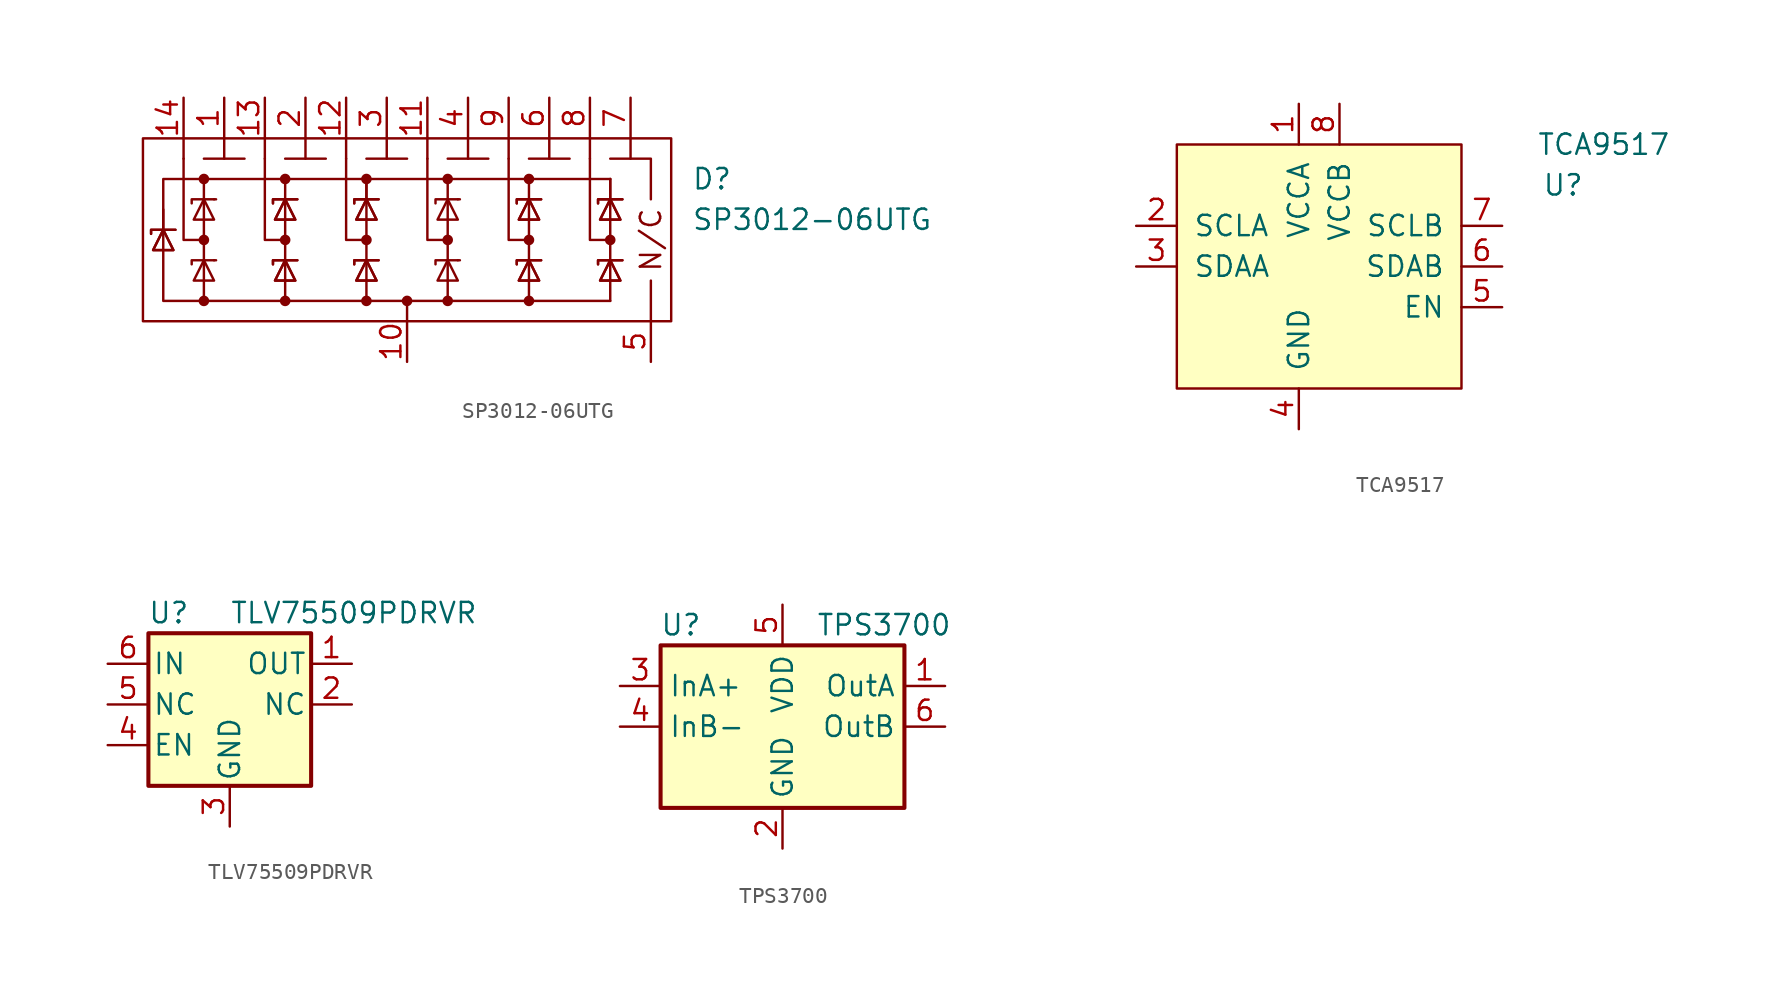
<source format=kicad_sym>
(kicad_symbol_lib
  (version 20231120)
  (generator "kicad_symbol_editor")
  (generator_version "8.0")
  (symbol "SP3012-06UTG"
    (pin_names hide)
    (property "Reference" "D"
      (at 17.78 3.81 0)
      (effects (font (size 1.27 1.27)) (justify left)))
    (property "Value" "SP3012-06UTG"
      (at 17.78 1.27 0)
      (effects (font (size 1.27 1.27)) (justify left)))
    (symbol "SP3012-06UTG_0_0"
      (polyline (pts (xy -13.97 5.08) (xy -13.97 6.35)) (stroke (width 0) (type default)) (fill (type none)))
      (polyline (pts (xy -11.43 5.08) (xy -11.43 6.35)) (stroke (width 0) (type default)) (fill (type none)))
      (polyline (pts (xy -10.16 5.08) (xy -12.7 5.08)) (stroke (width 0) (type default)) (fill (type none)))
      (polyline (pts (xy -8.89 5.08) (xy -8.89 6.35)) (stroke (width 0) (type default)) (fill (type none)))
      (polyline (pts (xy -7.62 -1.27) (xy -7.62 -3.81)) (stroke (width 0) (type default)) (fill (type none)))
      (polyline (pts (xy -6.35 5.08) (xy -6.35 6.35)) (stroke (width 0) (type default)) (fill (type none)))
      (polyline (pts (xy -5.08 5.08) (xy -7.62 5.08)) (stroke (width 0) (type default)) (fill (type none)))
      (polyline (pts (xy -3.81 5.08) (xy -3.81 6.35)) (stroke (width 0) (type default)) (fill (type none)))
      (polyline (pts (xy -2.54 -3.81) (xy -2.54 -1.27)) (stroke (width 0) (type default)) (fill (type none)))
      (polyline (pts (xy -2.54 5.08) (xy 0 5.08)) (stroke (width 0) (type default)) (fill (type none)))
      (polyline (pts (xy -1.27 5.08) (xy -1.27 6.35)) (stroke (width 0) (type default)) (fill (type none)))
      (polyline (pts (xy 0 -3.81) (xy 0 -5.08)) (stroke (width 0) (type default)) (fill (type none)))
      (polyline (pts (xy 1.27 5.08) (xy 1.27 6.35)) (stroke (width 0) (type default)) (fill (type none)))
      (polyline (pts (xy 3.81 5.08) (xy 3.81 6.35)) (stroke (width 0) (type default)) (fill (type none)))
      (polyline (pts (xy 5.08 5.08) (xy 2.54 5.08)) (stroke (width 0) (type default)) (fill (type none)))
      (polyline (pts (xy 6.35 5.08) (xy 6.35 6.35)) (stroke (width 0) (type default)) (fill (type none)))
      (polyline (pts (xy 7.62 -1.27) (xy 7.62 -3.81)) (stroke (width 0) (type default)) (fill (type none)))
      (polyline (pts (xy 8.89 5.08) (xy 8.89 6.35)) (stroke (width 0) (type default)) (fill (type none)))
      (polyline (pts (xy 10.16 5.08) (xy 7.62 5.08)) (stroke (width 0) (type default)) (fill (type none)))
      (polyline (pts (xy 11.43 5.08) (xy 11.43 6.35)) (stroke (width 0) (type default)) (fill (type none)))
      (polyline (pts (xy 12.7 -3.81) (xy 12.7 -1.27)) (stroke (width 0) (type default)) (fill (type none)))
      (polyline (pts (xy 13.97 5.08) (xy 13.97 6.35)) (stroke (width 0) (type default)) (fill (type none)))
      (polyline (pts (xy 15.24 -2.54) (xy 15.24 -5.08)) (stroke (width 0) (type default)) (fill (type none)))
      (polyline (pts (xy 12.7 5.08) (xy 15.24 5.08) (xy 15.24 2.54)) (stroke (width 0) (type default)) (fill (type none)))
      (polyline (pts (xy 12.7 -3.81) (xy -15.24 -3.81) (xy -15.24 3.81) (xy 12.7 3.81)) (stroke (width 0) (type default)) (fill (type none)))
      (rectangle (start 16.51 6.35) (end -16.51 -5.08) (stroke (width 0) (type default)) (fill (type none)))
      (text "N/C" (at 15.24 0 900) (effects (font (size 1.27 1.27))))
      (pin power_in line (at 0 -7.62 90) (length 2.54) (name "GND" (effects (font (size 1.27 1.27)))) (number "10" (effects (font (size 1.27 1.27))))))
    (symbol "SP3012-06UTG_0_1"
      (circle (center -12.7 -3.81) (radius 0.254) (stroke (width 0) (type default)) (fill (type outline)))
      (circle (center -12.7 0) (radius 0.254) (stroke (width 0) (type default)) (fill (type outline)))
      (circle (center -12.7 3.81) (radius 0.254) (stroke (width 0) (type default)) (fill (type outline)))
      (circle (center -7.62 -3.81) (radius 0.254) (stroke (width 0) (type default)) (fill (type outline)))
      (circle (center -7.62 0) (radius 0.254) (stroke (width 0) (type default)) (fill (type outline)))
      (circle (center -7.62 3.81) (radius 0.254) (stroke (width 0) (type default)) (fill (type outline)))
      (circle (center -2.54 -3.81) (radius 0.254) (stroke (width 0) (type default)) (fill (type outline)))
      (circle (center -2.54 0) (radius 0.254) (stroke (width 0) (type default)) (fill (type outline)))
      (circle (center -2.54 3.81) (radius 0.254) (stroke (width 0) (type default)) (fill (type outline)))
      (circle (center 0 -3.81) (radius 0.254) (stroke (width 0) (type default)) (fill (type outline)))
      (polyline (pts (xy -15.24 1.905) (xy -15.24 0.635)) (stroke (width 0) (type default)) (fill (type none)))
      (polyline (pts (xy -12.7 -3.81) (xy -12.7 2.54)) (stroke (width 0) (type default)) (fill (type none)))
      (polyline (pts (xy -12.7 3.81) (xy -12.7 2.54)) (stroke (width 0) (type default)) (fill (type none)))
      (polyline (pts (xy -12.065 -1.27) (xy -11.938 -1.27)) (stroke (width 0) (type default)) (fill (type none)))
      (polyline (pts (xy -12.065 2.54) (xy -11.938 2.54)) (stroke (width 0) (type default)) (fill (type none)))
      (polyline (pts (xy -7.62 2.54) (xy -7.62 -1.27)) (stroke (width 0) (type default)) (fill (type none)))
      (polyline (pts (xy -7.62 3.81) (xy -7.62 2.54)) (stroke (width 0) (type default)) (fill (type none)))
      (polyline (pts (xy -2.54 2.54) (xy -2.54 -1.27)) (stroke (width 0) (type default)) (fill (type none)))
      (polyline (pts (xy -2.54 3.81) (xy -2.54 2.54)) (stroke (width 0) (type default)) (fill (type none)))
      (polyline (pts (xy -2.54 3.81) (xy -2.54 2.54)) (stroke (width 0) (type default)) (fill (type none)))
      (polyline (pts (xy 2.54 -3.81) (xy 2.54 2.54)) (stroke (width 0) (type default)) (fill (type none)))
      (polyline (pts (xy 2.54 3.81) (xy 2.54 2.54)) (stroke (width 0) (type default)) (fill (type none)))
      (polyline (pts (xy 3.175 -1.27) (xy 3.302 -1.27)) (stroke (width 0) (type default)) (fill (type none)))
      (polyline (pts (xy 3.175 2.54) (xy 3.302 2.54)) (stroke (width 0) (type default)) (fill (type none)))
      (polyline (pts (xy 7.62 2.54) (xy 7.62 -1.27)) (stroke (width 0) (type default)) (fill (type none)))
      (polyline (pts (xy 7.62 3.81) (xy 7.62 2.54)) (stroke (width 0) (type default)) (fill (type none)))
      (polyline (pts (xy 12.7 2.54) (xy 12.7 -1.27)) (stroke (width 0) (type default)) (fill (type none)))
      (polyline (pts (xy 12.7 3.81) (xy 12.7 2.54)) (stroke (width 0) (type default)) (fill (type none)))
      (polyline (pts (xy 12.7 3.81) (xy 12.7 2.54)) (stroke (width 0) (type default)) (fill (type none)))
      (polyline (pts (xy -13.97 5.08) (xy -13.97 0) (xy -12.7 0)) (stroke (width 0) (type default)) (fill (type none)))
      (polyline (pts (xy -12.065 -1.27) (xy -13.462 -1.27) (xy -13.462 -1.524)) (stroke (width 0) (type default)) (fill (type none)))
      (polyline (pts (xy -12.065 2.54) (xy -13.462 2.54) (xy -13.462 2.286)) (stroke (width 0) (type default)) (fill (type none)))
      (polyline (pts (xy -8.89 5.08) (xy -8.89 0) (xy -7.62 0)) (stroke (width 0) (type default)) (fill (type none)))
      (polyline (pts (xy -3.81 5.08) (xy -3.81 0) (xy -2.54 0)) (stroke (width 0) (type default)) (fill (type none)))
      (polyline (pts (xy 1.27 5.08) (xy 1.27 0) (xy 2.54 0)) (stroke (width 0) (type default)) (fill (type none)))
      (polyline (pts (xy 3.175 -1.27) (xy 1.778 -1.27) (xy 1.778 -1.524)) (stroke (width 0) (type default)) (fill (type none)))
      (polyline (pts (xy 3.175 2.54) (xy 1.778 2.54) (xy 1.778 2.286)) (stroke (width 0) (type default)) (fill (type none)))
      (polyline (pts (xy 6.35 5.08) (xy 6.35 0) (xy 7.62 0)) (stroke (width 0) (type default)) (fill (type none)))
      (polyline (pts (xy 11.43 5.08) (xy 11.43 0) (xy 12.7 0)) (stroke (width 0) (type default)) (fill (type none)))
      (polyline (pts (xy -16.002 0.381) (xy -16.002 0.635) (xy -14.605 0.635) (xy -14.478 0.635)) (stroke (width 0) (type default)) (fill (type none)))
      (polyline (pts (xy -16.002 0.381) (xy -16.002 0.635) (xy -14.605 0.635) (xy -14.478 0.635)) (stroke (width 0) (type default)) (fill (type none)))
      (polyline (pts (xy -15.24 0.635) (xy -14.605 -0.635) (xy -15.875 -0.635) (xy -15.24 0.635)) (stroke (width 0) (type default)) (fill (type none)))
      (polyline (pts (xy -15.24 0.635) (xy -14.605 -0.635) (xy -15.875 -0.635) (xy -15.24 0.635)) (stroke (width 0) (type default)) (fill (type none)))
      (polyline (pts (xy -12.065 -2.54) (xy -13.335 -2.54) (xy -12.7 -1.27) (xy -12.065 -2.54)) (stroke (width 0) (type default)) (fill (type none)))
      (polyline (pts (xy -12.065 1.27) (xy -13.335 1.27) (xy -12.7 2.54) (xy -12.065 1.27)) (stroke (width 0) (type default)) (fill (type none)))
      (polyline (pts (xy -8.382 -1.524) (xy -8.382 -1.27) (xy -6.985 -1.27) (xy -6.858 -1.27)) (stroke (width 0) (type default)) (fill (type none)))
      (polyline (pts (xy -8.382 -1.524) (xy -8.382 -1.27) (xy -6.985 -1.27) (xy -6.858 -1.27)) (stroke (width 0) (type default)) (fill (type none)))
      (polyline (pts (xy -8.382 2.286) (xy -8.382 2.54) (xy -6.985 2.54) (xy -6.858 2.54)) (stroke (width 0) (type default)) (fill (type none)))
      (polyline (pts (xy -8.382 2.286) (xy -8.382 2.54) (xy -6.985 2.54) (xy -6.858 2.54)) (stroke (width 0) (type default)) (fill (type none)))
      (polyline (pts (xy -7.62 -1.27) (xy -8.255 -2.54) (xy -6.985 -2.54) (xy -7.62 -1.27)) (stroke (width 0) (type default)) (fill (type none)))
      (polyline (pts (xy -7.62 -1.27) (xy -8.255 -2.54) (xy -6.985 -2.54) (xy -7.62 -1.27)) (stroke (width 0) (type default)) (fill (type none)))
      (polyline (pts (xy -7.62 2.54) (xy -8.255 1.27) (xy -6.985 1.27) (xy -7.62 2.54)) (stroke (width 0) (type default)) (fill (type none)))
      (polyline (pts (xy -7.62 2.54) (xy -8.255 1.27) (xy -6.985 1.27) (xy -7.62 2.54)) (stroke (width 0) (type default)) (fill (type none)))
      (polyline (pts (xy -3.302 -1.524) (xy -3.302 -1.27) (xy -1.905 -1.27) (xy -1.778 -1.27)) (stroke (width 0) (type default)) (fill (type none)))
      (polyline (pts (xy -3.302 -1.524) (xy -3.302 -1.27) (xy -1.905 -1.27) (xy -1.778 -1.27)) (stroke (width 0) (type default)) (fill (type none)))
      (polyline (pts (xy -3.302 2.286) (xy -3.302 2.54) (xy -1.905 2.54) (xy -1.778 2.54)) (stroke (width 0) (type default)) (fill (type none)))
      (polyline (pts (xy -3.302 2.286) (xy -3.302 2.54) (xy -1.905 2.54) (xy -1.778 2.54)) (stroke (width 0) (type default)) (fill (type none)))
      (polyline (pts (xy -2.54 -1.27) (xy -3.175 -2.54) (xy -1.905 -2.54) (xy -2.54 -1.27)) (stroke (width 0) (type default)) (fill (type none)))
      (polyline (pts (xy -2.54 -1.27) (xy -3.175 -2.54) (xy -1.905 -2.54) (xy -2.54 -1.27)) (stroke (width 0) (type default)) (fill (type none)))
      (polyline (pts (xy -2.54 2.54) (xy -3.175 1.27) (xy -1.905 1.27) (xy -2.54 2.54)) (stroke (width 0) (type default)) (fill (type none)))
      (polyline (pts (xy -2.54 2.54) (xy -3.175 1.27) (xy -1.905 1.27) (xy -2.54 2.54)) (stroke (width 0) (type default)) (fill (type none)))
      (polyline (pts (xy 3.175 -2.54) (xy 1.905 -2.54) (xy 2.54 -1.27) (xy 3.175 -2.54)) (stroke (width 0) (type default)) (fill (type none)))
      (polyline (pts (xy 3.175 1.27) (xy 1.905 1.27) (xy 2.54 2.54) (xy 3.175 1.27)) (stroke (width 0) (type default)) (fill (type none)))
      (polyline (pts (xy 6.858 -1.524) (xy 6.858 -1.27) (xy 8.255 -1.27) (xy 8.382 -1.27)) (stroke (width 0) (type default)) (fill (type none)))
      (polyline (pts (xy 6.858 -1.524) (xy 6.858 -1.27) (xy 8.255 -1.27) (xy 8.382 -1.27)) (stroke (width 0) (type default)) (fill (type none)))
      (polyline (pts (xy 6.858 2.286) (xy 6.858 2.54) (xy 8.255 2.54) (xy 8.382 2.54)) (stroke (width 0) (type default)) (fill (type none)))
      (polyline (pts (xy 6.858 2.286) (xy 6.858 2.54) (xy 8.255 2.54) (xy 8.382 2.54)) (stroke (width 0) (type default)) (fill (type none)))
      (polyline (pts (xy 7.62 -1.27) (xy 6.985 -2.54) (xy 8.255 -2.54) (xy 7.62 -1.27)) (stroke (width 0) (type default)) (fill (type none)))
      (polyline (pts (xy 7.62 -1.27) (xy 6.985 -2.54) (xy 8.255 -2.54) (xy 7.62 -1.27)) (stroke (width 0) (type default)) (fill (type none)))
      (polyline (pts (xy 7.62 2.54) (xy 6.985 1.27) (xy 8.255 1.27) (xy 7.62 2.54)) (stroke (width 0) (type default)) (fill (type none)))
      (polyline (pts (xy 7.62 2.54) (xy 6.985 1.27) (xy 8.255 1.27) (xy 7.62 2.54)) (stroke (width 0) (type default)) (fill (type none)))
      (polyline (pts (xy 11.938 -1.524) (xy 11.938 -1.27) (xy 13.335 -1.27) (xy 13.462 -1.27)) (stroke (width 0) (type default)) (fill (type none)))
      (polyline (pts (xy 11.938 -1.524) (xy 11.938 -1.27) (xy 13.335 -1.27) (xy 13.462 -1.27)) (stroke (width 0) (type default)) (fill (type none)))
      (polyline (pts (xy 11.938 2.286) (xy 11.938 2.54) (xy 13.335 2.54) (xy 13.462 2.54)) (stroke (width 0) (type default)) (fill (type none)))
      (polyline (pts (xy 11.938 2.286) (xy 11.938 2.54) (xy 13.335 2.54) (xy 13.462 2.54)) (stroke (width 0) (type default)) (fill (type none)))
      (polyline (pts (xy 12.7 -1.27) (xy 12.065 -2.54) (xy 13.335 -2.54) (xy 12.7 -1.27)) (stroke (width 0) (type default)) (fill (type none)))
      (polyline (pts (xy 12.7 -1.27) (xy 12.065 -2.54) (xy 13.335 -2.54) (xy 12.7 -1.27)) (stroke (width 0) (type default)) (fill (type none)))
      (polyline (pts (xy 12.7 2.54) (xy 12.065 1.27) (xy 13.335 1.27) (xy 12.7 2.54)) (stroke (width 0) (type default)) (fill (type none)))
      (polyline (pts (xy 12.7 2.54) (xy 12.065 1.27) (xy 13.335 1.27) (xy 12.7 2.54)) (stroke (width 0) (type default)) (fill (type none)))
      (circle (center 2.54 -3.81) (radius 0.254) (stroke (width 0) (type default)) (fill (type outline)))
      (circle (center 2.54 0) (radius 0.254) (stroke (width 0) (type default)) (fill (type outline)))
      (circle (center 2.54 3.81) (radius 0.254) (stroke (width 0) (type default)) (fill (type outline)))
      (circle (center 7.62 -3.81) (radius 0.254) (stroke (width 0) (type default)) (fill (type outline)))
      (circle (center 7.62 0) (radius 0.254) (stroke (width 0) (type default)) (fill (type outline)))
      (circle (center 7.62 3.81) (radius 0.254) (stroke (width 0) (type default)) (fill (type outline)))
      (circle (center 12.7 0) (radius 0.254) (stroke (width 0) (type default)) (fill (type outline))))
    (symbol "SP3012-06UTG_1_1"
      (pin passive line (at -11.43 8.89 270) (length 2.54) (name "N/C" (effects (font (size 1.27 1.27)))) (number "1" (effects (font (size 1.27 1.27)))))
      (pin passive line (at 1.27 8.89 270) (length 2.54) (name "Ch4" (effects (font (size 1.27 1.27)))) (number "11" (effects (font (size 1.27 1.27)))))
      (pin passive line (at -3.81 8.89 270) (length 2.54) (name "Ch3" (effects (font (size 1.27 1.27)))) (number "12" (effects (font (size 1.27 1.27)))))
      (pin passive line (at -8.89 8.89 270) (length 2.54) (name "Ch2" (effects (font (size 1.27 1.27)))) (number "13" (effects (font (size 1.27 1.27)))))
      (pin passive line (at -13.97 8.89 270) (length 2.54) (name "Ch1" (effects (font (size 1.27 1.27)))) (number "14" (effects (font (size 1.27 1.27)))))
      (pin passive line (at -6.35 8.89 270) (length 2.54) (name "N/C" (effects (font (size 1.27 1.27)))) (number "2" (effects (font (size 1.27 1.27)))))
      (pin passive line (at -1.27 8.89 270) (length 2.54) (name "N/C" (effects (font (size 1.27 1.27)))) (number "3" (effects (font (size 1.27 1.27)))))
      (pin passive line (at 3.81 8.89 270) (length 2.54) (name "N/C" (effects (font (size 1.27 1.27)))) (number "4" (effects (font (size 1.27 1.27)))))
      (pin passive line (at 15.24 -7.62 90) (length 2.54) (name "N/C" (effects (font (size 1.27 1.27)))) (number "5" (effects (font (size 1.27 1.27)))))
      (pin passive line (at 8.89 8.89 270) (length 2.54) (name "N/C" (effects (font (size 1.27 1.27)))) (number "6" (effects (font (size 1.27 1.27)))))
      (pin passive line (at 13.97 8.89 270) (length 2.54) (name "N/C" (effects (font (size 1.27 1.27)))) (number "7" (effects (font (size 1.27 1.27)))))
      (pin passive line (at 11.43 8.89 270) (length 2.54) (name "Ch6" (effects (font (size 1.27 1.27)))) (number "8" (effects (font (size 1.27 1.27)))))
      (pin passive line (at 6.35 8.89 270) (length 2.54) (name "Ch5" (effects (font (size 1.27 1.27)))) (number "9" (effects (font (size 1.27 1.27)))))))
  (symbol "TCA9517"
    (pin_names
      (offset 1.016))
    (property "Reference" "U"
      (at 16.51 5.08 0)
      (effects (font (size 1.27 1.27))))
    (property "Value" "TCA9517"
      (at 19.05 7.62 0)
      (effects (font (size 1.27 1.27))))
    (symbol "TCA9517_0_1"
      (rectangle (start -7.62 7.62) (end 10.16 -7.62) (stroke (width 0) (type default)) (fill (type background))))
    (symbol "TCA9517_1_1"
      (pin power_in line (at 0 10.16 270) (length 2.54) (name "VCCA" (effects (font (size 1.27 1.27)))) (number "1" (effects (font (size 1.27 1.27)))))
      (pin open_collector line (at -10.16 2.54 0) (length 2.54) (name "SCLA" (effects (font (size 1.27 1.27)))) (number "2" (effects (font (size 1.27 1.27)))))
      (pin open_collector line (at -10.16 0 0) (length 2.54) (name "SDAA" (effects (font (size 1.27 1.27)))) (number "3" (effects (font (size 1.27 1.27)))))
      (pin power_in line (at 0 -10.16 90) (length 2.54) (name "GND" (effects (font (size 1.27 1.27)))) (number "4" (effects (font (size 1.27 1.27)))))
      (pin input line (at 12.7 -2.54 180) (length 2.54) (name "EN" (effects (font (size 1.27 1.27)))) (number "5" (effects (font (size 1.27 1.27)))))
      (pin open_collector line (at 12.7 0 180) (length 2.54) (name "SDAB" (effects (font (size 1.27 1.27)))) (number "6" (effects (font (size 1.27 1.27)))))
      (pin open_collector line (at 12.7 2.54 180) (length 2.54) (name "SCLB" (effects (font (size 1.27 1.27)))) (number "7" (effects (font (size 1.27 1.27)))))
      (pin power_in line (at 2.54 10.16 270) (length 2.54) (name "VCCB" (effects (font (size 1.27 1.27)))) (number "8" (effects (font (size 1.27 1.27)))))))
  (symbol "TLV75509PDRVR"
    (pin_names
      (offset 0.254))
    (property "Reference" "U"
      (at -3.81 5.715 0)
      (effects (font (size 1.27 1.27))))
    (property "Value" "TLV75509PDRVR"
      (at 0 5.715 0)
      (effects (font (size 1.27 1.27)) (justify left)))
    (symbol "TLV75509PDRVR_0_1"
      (rectangle (start -5.08 4.445) (end 5.08 -5.08) (stroke (width 0.254) (type default)) (fill (type background))))
    (symbol "TLV75509PDRVR_1_1"
      (pin power_out line (at 7.62 2.54 180) (length 2.54) (name "OUT" (effects (font (size 1.27 1.27)))) (number "1" (effects (font (size 1.27 1.27)))))
      (pin passive line (at 7.62 0 180) (length 2.54) (name "NC" (effects (font (size 1.27 1.27)))) (number "2" (effects (font (size 1.27 1.27)))))
      (pin power_in line (at 0 -7.62 90) (length 2.54) (name "GND" (effects (font (size 1.27 1.27)))) (number "3" (effects (font (size 1.27 1.27)))))
      (pin input line (at -7.62 -2.54 0) (length 2.54) (name "EN" (effects (font (size 1.27 1.27)))) (number "4" (effects (font (size 1.27 1.27)))))
      (pin passive line (at -7.62 0 0) (length 2.54) (name "NC" (effects (font (size 1.27 1.27)))) (number "5" (effects (font (size 1.27 1.27)))))
      (pin power_in line (at -7.62 2.54 0) (length 2.54) (name "IN" (effects (font (size 1.27 1.27)))) (number "6" (effects (font (size 1.27 1.27)))))
      (pin power_in line (at 0 -7.62 90) (length 2.54) hide (name "GND" (effects (font (size 1.27 1.27)))) (number "7" (effects (font (size 1.27 1.27)))))))
  (symbol "TPS3700"
    (property "Reference" "U"
      (at -6.35 6.35 0)
      (effects (font (size 1.27 1.27))))
    (property "Value" "TPS3700"
      (at 6.35 6.35 0)
      (effects (font (size 1.27 1.27))))
    (symbol "TPS3700_0_1"
      (rectangle (start -7.62 5.08) (end 7.62 -5.08) (stroke (width 0.254) (type default)) (fill (type background))))
    (symbol "TPS3700_1_1"
      (pin output line (at 10.16 2.54 180) (length 2.54) (name "OutA" (effects (font (size 1.27 1.27)))) (number "1" (effects (font (size 1.27 1.27)))))
      (pin power_in line (at 0 -7.62 90) (length 2.54) (name "GND" (effects (font (size 1.27 1.27)))) (number "2" (effects (font (size 1.27 1.27)))))
      (pin input line (at -10.16 2.54 0) (length 2.54) (name "InA+" (effects (font (size 1.27 1.27)))) (number "3" (effects (font (size 1.27 1.27)))))
      (pin input line (at -10.16 0 0) (length 2.54) (name "InB-" (effects (font (size 1.27 1.27)))) (number "4" (effects (font (size 1.27 1.27)))))
      (pin power_in line (at 0 7.62 270) (length 2.54) (name "VDD" (effects (font (size 1.27 1.27)))) (number "5" (effects (font (size 1.27 1.27)))))
      (pin output line (at 10.16 0 180) (length 2.54) (name "OutB" (effects (font (size 1.27 1.27)))) (number "6" (effects (font (size 1.27 1.27))))))))
</source>
